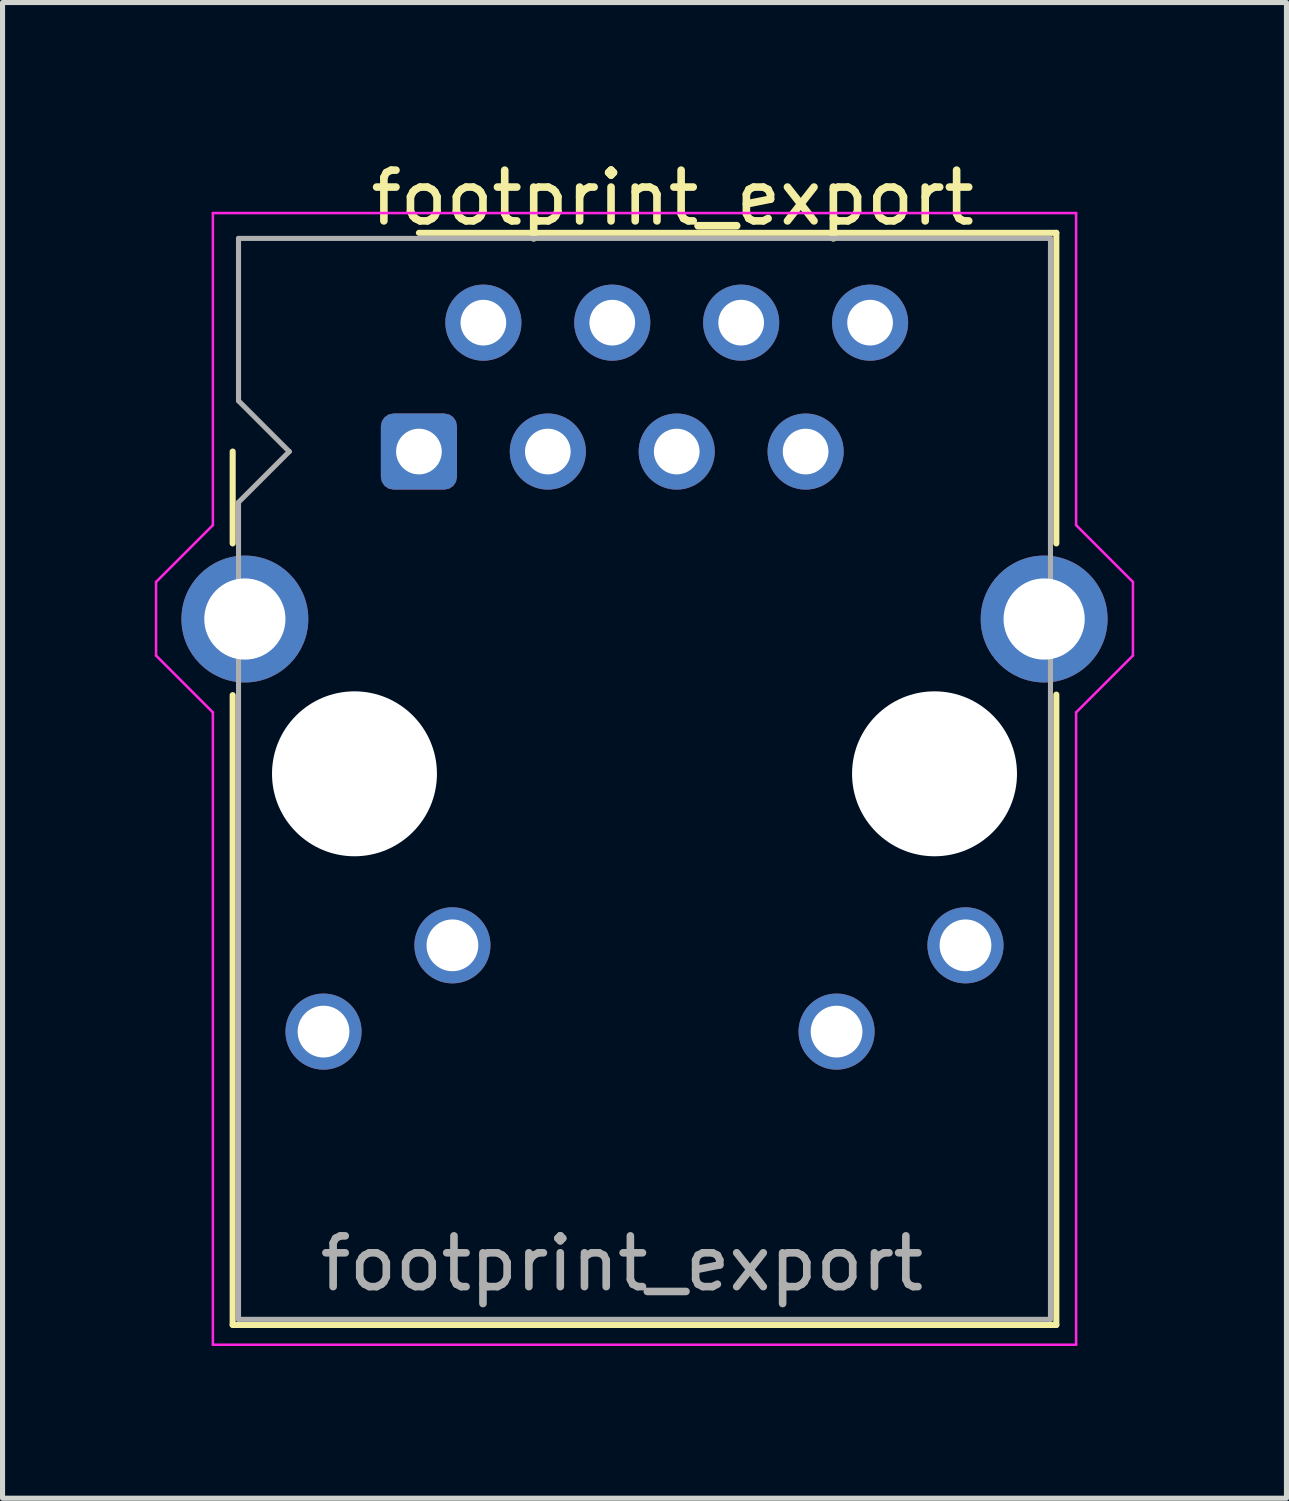
<source format=kicad_pcb>
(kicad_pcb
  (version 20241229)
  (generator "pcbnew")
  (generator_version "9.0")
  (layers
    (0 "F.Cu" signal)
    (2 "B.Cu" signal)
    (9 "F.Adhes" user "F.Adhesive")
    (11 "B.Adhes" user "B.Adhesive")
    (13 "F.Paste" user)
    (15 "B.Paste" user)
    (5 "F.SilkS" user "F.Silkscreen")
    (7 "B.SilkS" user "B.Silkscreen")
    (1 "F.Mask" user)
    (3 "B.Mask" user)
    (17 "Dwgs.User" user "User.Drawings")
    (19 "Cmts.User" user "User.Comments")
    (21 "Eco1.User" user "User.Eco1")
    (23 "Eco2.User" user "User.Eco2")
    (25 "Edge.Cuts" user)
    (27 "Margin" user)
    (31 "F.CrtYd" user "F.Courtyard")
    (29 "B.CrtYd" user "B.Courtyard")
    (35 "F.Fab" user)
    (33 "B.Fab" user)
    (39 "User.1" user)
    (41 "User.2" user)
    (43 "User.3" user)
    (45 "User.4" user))
  (footprint "footprint_export"
    (layer "F.Cu")
    (at 5.205 5.848)
    (property "Reference" "footprint_export" (at 5 -5 0) (layer "F.SilkS") (effects (font (size 1 1) (thickness 0.15))))
    (attr through_hole)
    (fp_line (start -3.67 0) (end -3.67 1.81) (stroke (width 0.12) (type solid)) (layer "F.SilkS"))
    (fp_line (start -3.67 4.8) (end -3.67 17.21) (stroke (width 0.12) (type solid)) (layer "F.SilkS"))
    (fp_line (start 0 -4.31) (end 12.56 -4.31) (stroke (width 0.12) (type solid)) (layer "F.SilkS"))
    (fp_line (start 12.56 -4.31) (end 12.56 1.81) (stroke (width 0.12) (type solid)) (layer "F.SilkS"))
    (fp_line (start 12.56 4.79) (end 12.56 17.21) (stroke (width 0.12) (type solid)) (layer "F.SilkS"))
    (fp_line (start 12.56 17.21) (end -3.67 17.21) (stroke (width 0.12) (type solid)) (layer "F.SilkS"))
    (fp_line (start -5.18 4.02) (end -5.18 2.57) (stroke (width 0.05) (type solid)) (layer "F.CrtYd"))
    (fp_line (start -5.18 4.02) (end -4.06 5.14) (stroke (width 0.05) (type solid)) (layer "F.CrtYd"))
    (fp_line (start -4.06 -4.7) (end 12.95 -4.7) (stroke (width 0.05) (type solid)) (layer "F.CrtYd"))
    (fp_line (start -4.06 1.45) (end -5.18 2.57) (stroke (width 0.05) (type solid)) (layer "F.CrtYd"))
    (fp_line (start -4.06 1.45) (end -4.06 -4.7) (stroke (width 0.05) (type solid)) (layer "F.CrtYd"))
    (fp_line (start -4.06 5.14) (end -4.06 17.6) (stroke (width 0.05) (type solid)) (layer "F.CrtYd"))
    (fp_line (start -4.06 17.6) (end 12.95 17.6) (stroke (width 0.05) (type solid)) (layer "F.CrtYd"))
    (fp_line (start 12.95 1.45) (end 12.95 -4.7) (stroke (width 0.05) (type solid)) (layer "F.CrtYd"))
    (fp_line (start 12.95 1.45) (end 14.07 2.57) (stroke (width 0.05) (type solid)) (layer "F.CrtYd"))
    (fp_line (start 12.95 5.14) (end 12.95 17.6) (stroke (width 0.05) (type solid)) (layer "F.CrtYd"))
    (fp_line (start 14.07 4.02) (end 12.95 5.14) (stroke (width 0.05) (type solid)) (layer "F.CrtYd"))
    (fp_line (start 14.07 4.02) (end 14.07 2.57) (stroke (width 0.05) (type solid)) (layer "F.CrtYd"))
    (fp_line (start -3.555 -4.2) (end -3.555 -1) (stroke (width 0.1) (type solid)) (layer "F.Fab"))
    (fp_line (start -3.555 -4.2) (end 12.445 -4.2) (stroke (width 0.1) (type solid)) (layer "F.Fab"))
    (fp_line (start -3.555 1) (end -3.555 17.1) (stroke (width 0.1) (type solid)) (layer "F.Fab"))
    (fp_line (start -3.555 17.1) (end 12.445 17.1) (stroke (width 0.1) (type solid)) (layer "F.Fab"))
    (fp_line (start -2.555 0) (end -3.555 -1) (stroke (width 0.1) (type solid)) (layer "F.Fab"))
    (fp_line (start -2.555 0) (end -3.555 1) (stroke (width 0.1) (type solid)) (layer "F.Fab"))
    (fp_line (start 12.445 -4.2) (end 12.445 17.1) (stroke (width 0.1) (type solid)) (layer "F.Fab"))
    (fp_text user "${REFERENCE}" (at 4 16 0) (layer "F.Fab") (effects (font (size 1 1) (thickness 0.15))))
    (pad "" np_thru_hole circle (at -1.27 6.35) (size 3.25 3.25) (drill 3.25) (layers "*.Cu" "*.Mask"))
    (pad "" np_thru_hole circle (at 10.16 6.35) (size 3.25 3.25) (drill 3.25) (layers "*.Cu" "*.Mask"))
    (pad "1" thru_hole roundrect (at 0 0) (size 1.5 1.5) (drill 0.9) (layers "*.Cu" "*.Mask") (roundrect_rratio 0.167))
    (pad "2" thru_hole circle (at 1.27 -2.54) (size 1.5 1.5) (drill 0.9) (layers "*.Cu" "*.Mask"))
    (pad "3" thru_hole circle (at 2.54 0) (size 1.5 1.5) (drill 0.9) (layers "*.Cu" "*.Mask"))
    (pad "4" thru_hole circle (at 3.81 -2.54) (size 1.5 1.5) (drill 0.9) (layers "*.Cu" "*.Mask"))
    (pad "5" thru_hole circle (at 5.08 0) (size 1.5 1.5) (drill 0.9) (layers "*.Cu" "*.Mask"))
    (pad "6" thru_hole circle (at 6.35 -2.54) (size 1.5 1.5) (drill 0.9) (layers "*.Cu" "*.Mask"))
    (pad "7" thru_hole circle (at 7.62 0) (size 1.5 1.5) (drill 0.9) (layers "*.Cu" "*.Mask"))
    (pad "8" thru_hole circle (at 8.89 -2.54) (size 1.5 1.5) (drill 0.9) (layers "*.Cu" "*.Mask"))
    (pad "9" thru_hole circle (at -1.88 11.43) (size 1.5 1.5) (drill 1.02) (layers "*.Cu" "*.Mask"))
    (pad "10" thru_hole circle (at 0.66 9.73) (size 1.5 1.5) (drill 1.02) (layers "*.Cu" "*.Mask"))
    (pad "11" thru_hole circle (at 8.23 11.43) (size 1.5 1.5) (drill 1.02) (layers "*.Cu" "*.Mask"))
    (pad "12" thru_hole circle (at 10.77 9.73) (size 1.5 1.5) (drill 1.02) (layers "*.Cu" "*.Mask"))
    (pad "13" thru_hole circle (at -3.43 3.3) (size 2.5 2.5) (drill 1.6) (layers "*.Cu" "*.Mask"))
    (pad "13" thru_hole circle (at 12.32 3.3) (size 2.5 2.5) (drill 1.6) (layers "*.Cu" "*.Mask")))
  (gr_rect
    (start -3 -3)
    (end 22.3 26.473)
    (stroke (width 0.1) (type default))
    (fill no)
    (layer "Edge.Cuts")))
</source>
